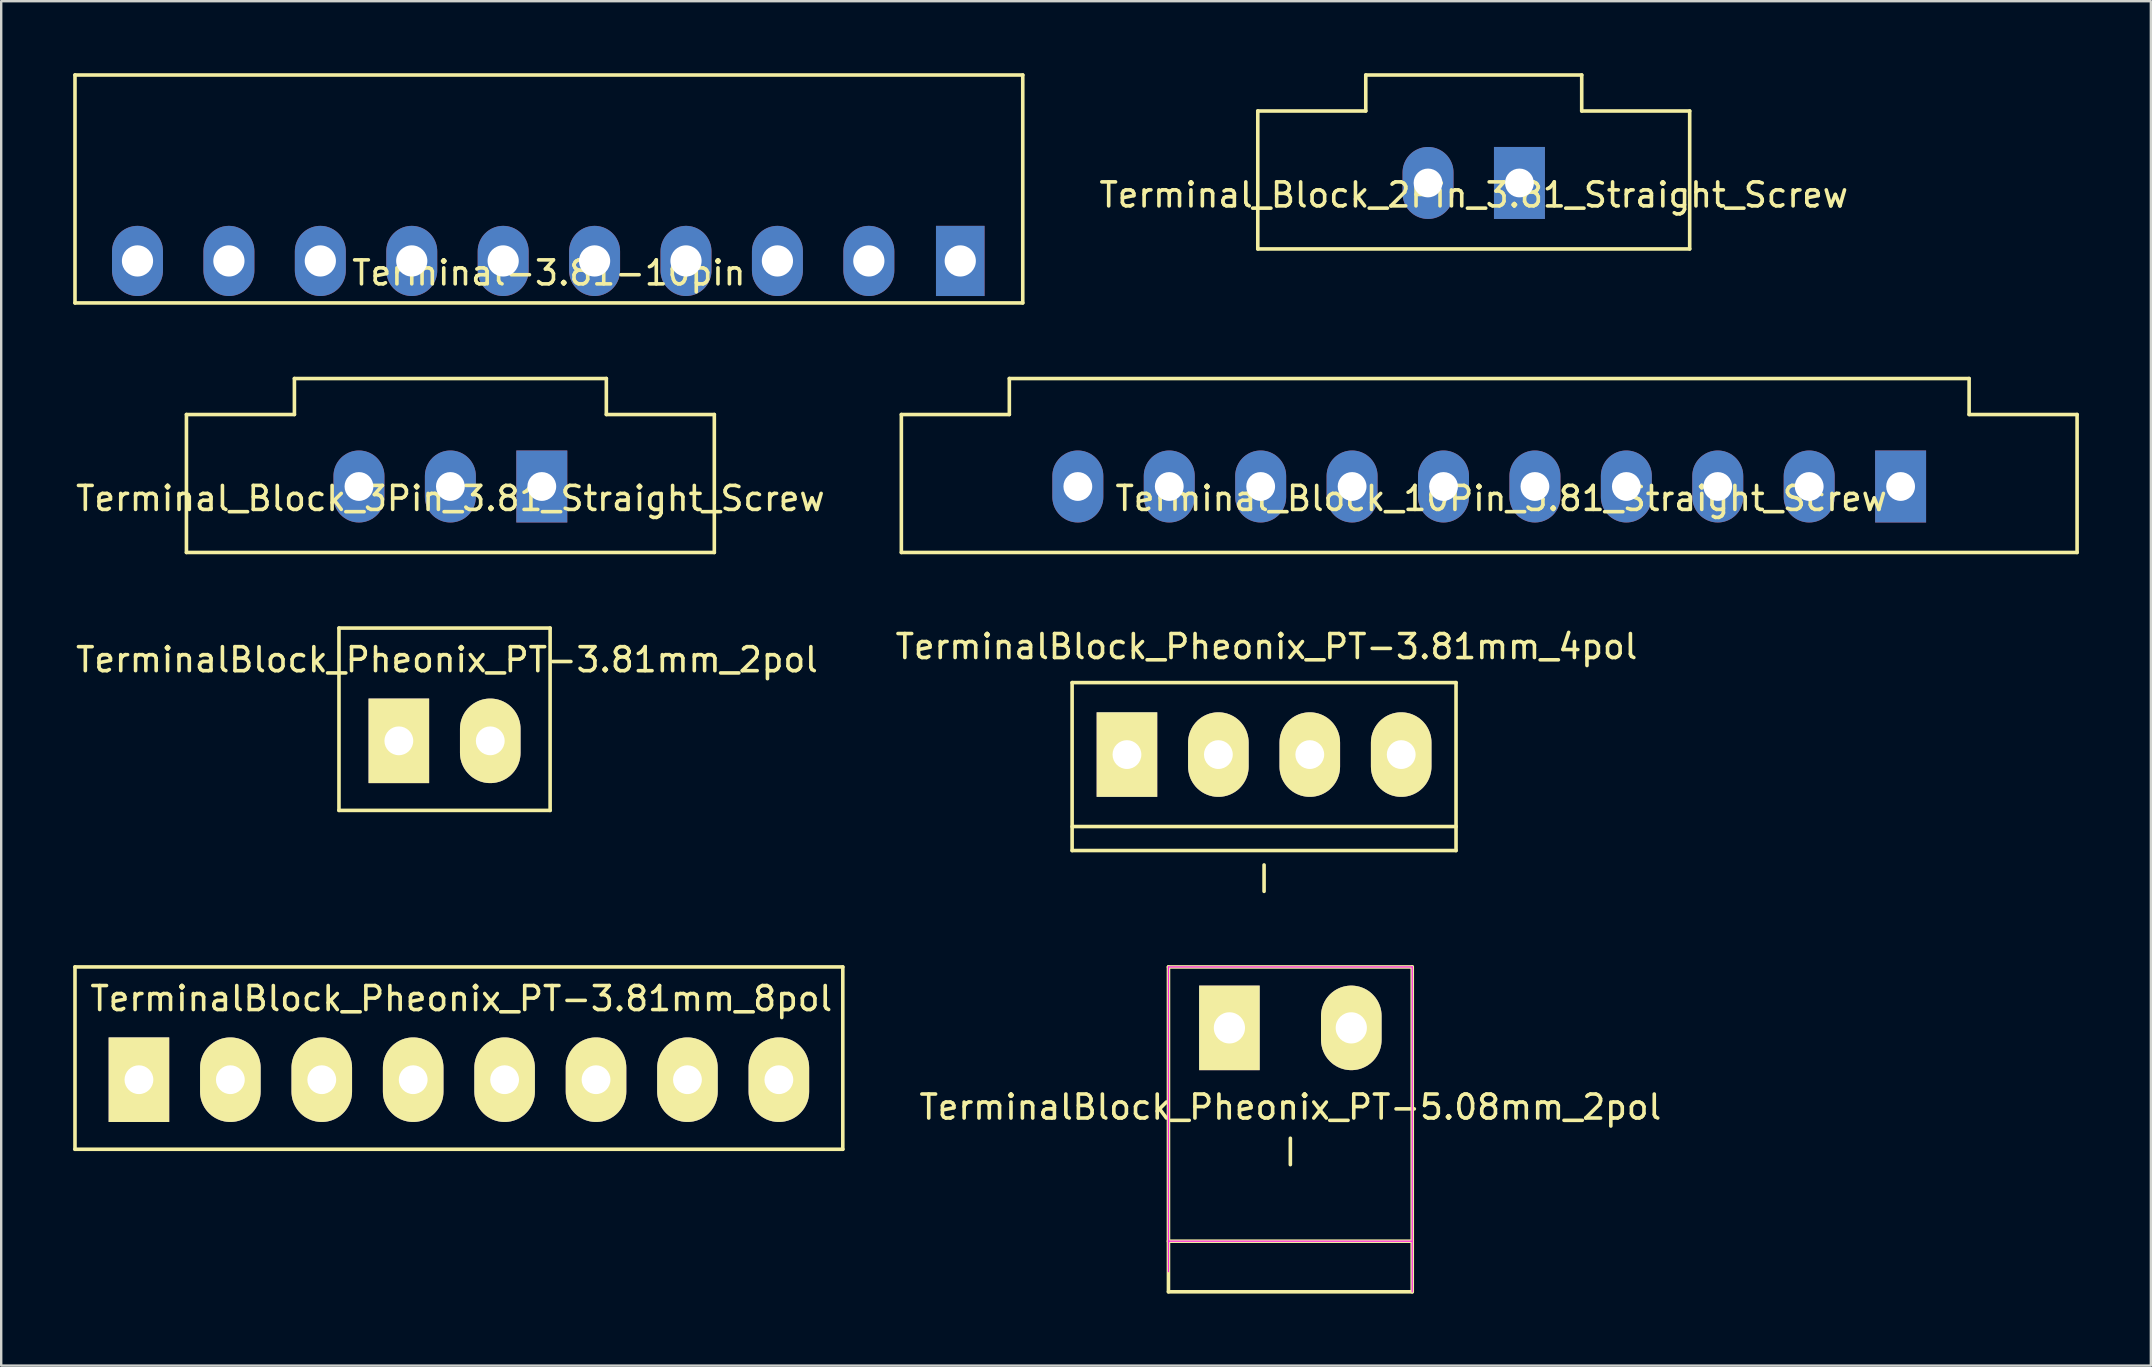
<source format=kicad_pcb>
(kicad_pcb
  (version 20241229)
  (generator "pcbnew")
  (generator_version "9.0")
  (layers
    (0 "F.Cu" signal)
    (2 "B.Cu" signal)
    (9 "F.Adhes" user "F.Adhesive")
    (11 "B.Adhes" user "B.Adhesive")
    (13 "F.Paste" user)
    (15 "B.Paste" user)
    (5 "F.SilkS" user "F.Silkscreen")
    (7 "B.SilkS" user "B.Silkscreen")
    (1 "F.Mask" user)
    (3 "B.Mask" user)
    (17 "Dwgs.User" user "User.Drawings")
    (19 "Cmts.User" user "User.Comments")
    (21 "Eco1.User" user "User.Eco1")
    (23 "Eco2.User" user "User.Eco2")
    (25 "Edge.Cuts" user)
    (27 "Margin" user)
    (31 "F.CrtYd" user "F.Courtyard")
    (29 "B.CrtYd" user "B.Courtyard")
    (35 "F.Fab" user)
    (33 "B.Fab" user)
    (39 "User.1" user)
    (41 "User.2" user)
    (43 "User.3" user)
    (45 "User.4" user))
  (footprint "TerminalBlock_Pheonix_PT-3.81mm_4pol"
    (layer "F.Cu")
    (at 49.632 28.398)
    (property "Reference" "TerminalBlock_Pheonix_PT-3.81mm_4pol" (at 0.1 -4.5 0) (layer "F.SilkS") (effects (font (size 1 1) (thickness 0.15))))
    (attr through_hole)
    (fp_line (start -8 -3) (end -8 4) (stroke (width 0.15) (type solid)) (layer "F.SilkS"))
    (fp_line (start -8 3) (end 8 3) (stroke (width 0.15) (type solid)) (layer "F.SilkS"))
    (fp_line (start -8 4) (end 8 4) (stroke (width 0.15) (type solid)) (layer "F.SilkS"))
    (fp_line (start 0 4.6) (end 0 5.7) (stroke (width 0.15) (type solid)) (layer "F.SilkS"))
    (fp_line (start 8 -3) (end -8 -3) (stroke (width 0.15) (type solid)) (layer "F.SilkS"))
    (fp_line (start 8 4) (end 8 -3) (stroke (width 0.15) (type solid)) (layer "F.SilkS"))
    (pad "1" thru_hole rect (at -5.715 0) (size 2.524 3.524) (drill 1.2) (layers "*.Cu" "*.Mask" "F.SilkS"))
    (pad "2" thru_hole oval (at -1.905 0) (size 2.524 3.524) (drill 1.2) (layers "*.Cu" "*.Mask" "F.SilkS"))
    (pad "3" thru_hole oval (at 1.905 0) (size 2.524 3.524) (drill 1.2) (layers "*.Cu" "*.Mask" "F.SilkS"))
    (pad "4" thru_hole oval (at 5.715 0) (size 2.524 3.524) (drill 1.2) (layers "*.Cu" "*.Mask" "F.SilkS")))
  (footprint "Terminal-3.81-10pin"
    (layer "F.Cu")
    (at 19.825 7.825)
    (property "Reference" "Terminal-3.81-10pin" (at 0 0.5 0) (layer "F.SilkS") (effects (font (size 1 1) (thickness 0.15))))
    (attr through_hole)
    (fp_line (start -19.75 -7.75) (end 19.75 -7.75) (stroke (width 0.15) (type solid)) (layer "F.SilkS"))
    (fp_line (start -19.75 1.75) (end -19.75 -7.75) (stroke (width 0.15) (type solid)) (layer "F.SilkS"))
    (fp_line (start 19.75 -7.75) (end 19.75 1.75) (stroke (width 0.15) (type solid)) (layer "F.SilkS"))
    (fp_line (start 19.75 1.75) (end -19.75 1.75) (stroke (width 0.15) (type solid)) (layer "F.SilkS"))
    (pad "1" thru_hole rect (at 17.145 0) (size 2.024 2.924) (drill 1.3) (layers "*.Cu" "*.Mask"))
    (pad "2" thru_hole oval (at 13.335 0) (size 2.124 2.924) (drill 1.3) (layers "*.Cu" "*.Mask"))
    (pad "3" thru_hole oval (at 9.525 0) (size 2.124 2.924) (drill 1.3) (layers "*.Cu" "*.Mask"))
    (pad "4" thru_hole oval (at 5.715 0) (size 2.124 2.924) (drill 1.3) (layers "*.Cu" "*.Mask"))
    (pad "5" thru_hole oval (at 1.905 0) (size 2.124 2.924) (drill 1.3) (layers "*.Cu" "*.Mask"))
    (pad "6" thru_hole oval (at -1.905 0) (size 2.124 2.924) (drill 1.3) (layers "*.Cu" "*.Mask"))
    (pad "7" thru_hole oval (at -5.715 0) (size 2.124 2.924) (drill 1.3) (layers "*.Cu" "*.Mask"))
    (pad "8" thru_hole oval (at -9.525 0) (size 2.124 2.924) (drill 1.3) (layers "*.Cu" "*.Mask"))
    (pad "9" thru_hole oval (at -13.335 0) (size 2.124 2.924) (drill 1.3) (layers "*.Cu" "*.Mask"))
    (pad "10" thru_hole oval (at -17.145 0) (size 2.124 2.924) (drill 1.3) (layers "*.Cu" "*.Mask")))
  (footprint "Terminal_Block_10Pin_3.81_Straight_Screw"
    (layer "F.Cu")
    (at 59.015 17.225)
    (property "Reference" "Terminal_Block_10Pin_3.81_Straight_Screw" (at 0.5 0.5 0) (layer "F.SilkS") (effects (font (size 1 1) (thickness 0.15))))
    (attr through_hole)
    (fp_line (start -24.5 -3) (end -24.5 2.75) (stroke (width 0.15) (type solid)) (layer "F.SilkS"))
    (fp_line (start -24.5 2.75) (end 24.5 2.75) (stroke (width 0.15) (type solid)) (layer "F.SilkS"))
    (fp_line (start -20 -4.5) (end -20 -3) (stroke (width 0.15) (type solid)) (layer "F.SilkS"))
    (fp_line (start -20 -3) (end -24.5 -3) (stroke (width 0.15) (type solid)) (layer "F.SilkS"))
    (fp_line (start 20 -4.5) (end -20 -4.5) (stroke (width 0.15) (type solid)) (layer "F.SilkS"))
    (fp_line (start 20 -3) (end 20 -4.5) (stroke (width 0.15) (type solid)) (layer "F.SilkS"))
    (fp_line (start 24.5 -3) (end 20 -3) (stroke (width 0.15) (type solid)) (layer "F.SilkS"))
    (fp_line (start 24.5 2.75) (end 24.5 -3) (stroke (width 0.15) (type solid)) (layer "F.SilkS"))
    (pad "1" thru_hole rect (at 17.145 0) (size 2.124 3) (drill 1.2) (layers "*.Cu" "*.Mask"))
    (pad "2" thru_hole oval (at 13.335 0) (size 2.124 3) (drill 1.2) (layers "*.Cu" "*.Mask"))
    (pad "3" thru_hole oval (at 9.525 0) (size 2.124 3) (drill 1.2) (layers "*.Cu" "*.Mask"))
    (pad "4" thru_hole oval (at 5.715 0) (size 2.124 3) (drill 1.2) (layers "*.Cu" "*.Mask"))
    (pad "5" thru_hole oval (at 1.905 0) (size 2.124 3) (drill 1.2) (layers "*.Cu" "*.Mask"))
    (pad "6" thru_hole oval (at -1.905 0) (size 2.124 3) (drill 1.2) (layers "*.Cu" "*.Mask"))
    (pad "7" thru_hole oval (at -5.715 0) (size 2.124 3) (drill 1.2) (layers "*.Cu" "*.Mask"))
    (pad "8" thru_hole oval (at -9.525 0) (size 2.124 3) (drill 1.2) (layers "*.Cu" "*.Mask"))
    (pad "9" thru_hole oval (at -13.335 0) (size 2.124 3) (drill 1.2) (layers "*.Cu" "*.Mask"))
    (pad "10" thru_hole oval (at -17.145 0) (size 2.124 3) (drill 1.2) (layers "*.Cu" "*.Mask")))
  (footprint "TerminalBlock_Pheonix_PT-5.08mm_2pol"
    (layer "F.Cu")
    (at 50.727 39.788)
    (property "Reference" "TerminalBlock_Pheonix_PT-5.08mm_2pol" (at 0 3.302 0) (layer "F.SilkS") (effects (font (size 1 1) (thickness 0.15))))
    (attr through_hole)
    (fp_line (start -5.08 -2.54) (end -5.08 11) (stroke (width 0.15) (type solid)) (layer "F.SilkS"))
    (fp_line (start -5.08 8.89) (end 5.08 8.89) (stroke (width 0.15) (type solid)) (layer "F.SilkS"))
    (fp_line (start -5.08 11) (end 5.08 11) (stroke (width 0.15) (type solid)) (layer "F.SilkS"))
    (fp_line (start 0 4.6) (end 0 5.7) (stroke (width 0.15) (type solid)) (layer "F.SilkS"))
    (fp_line (start 5.08 -2.54) (end -5.08 -2.54) (stroke (width 0.15) (type solid)) (layer "F.SilkS"))
    (fp_line (start 5.08 11) (end 5.08 -2.54) (stroke (width 0.15) (type solid)) (layer "F.SilkS"))
    (fp_line (start -5.08 -2.54) (end 5.08 -2.54) (stroke (width 0.05) (type solid)) (layer "F.CrtYd"))
    (fp_line (start -5.08 10.16) (end -5.08 -2.54) (stroke (width 0.05) (type solid)) (layer "F.CrtYd"))
    (fp_line (start 5.08 -2.54) (end 5.08 11) (stroke (width 0.05) (type solid)) (layer "F.CrtYd"))
    (fp_line (start 5.08 8.89) (end -5.08 8.89) (stroke (width 0.05) (type solid)) (layer "F.CrtYd"))
    (pad "1" thru_hole rect (at -2.54 0) (size 2.524 3.524) (drill 1.3) (layers "*.Cu" "*.Mask" "F.SilkS"))
    (pad "2" thru_hole oval (at 2.54 0) (size 2.524 3.524) (drill 1.3) (layers "*.Cu" "*.Mask" "F.SilkS")))
  (footprint "Terminal_Block_3Pin_3.81_Straight_Screw"
    (layer "F.Cu")
    (at 15.72 17.225)
    (property "Reference" "Terminal_Block_3Pin_3.81_Straight_Screw" (at 0 0.5 0) (layer "F.SilkS") (effects (font (size 1 1) (thickness 0.15))))
    (attr through_hole)
    (fp_line (start -11 -3) (end -11 2.75) (stroke (width 0.15) (type solid)) (layer "F.SilkS"))
    (fp_line (start -11 2.75) (end 11 2.75) (stroke (width 0.15) (type solid)) (layer "F.SilkS"))
    (fp_line (start -6.5 -4.5) (end -6.5 -3) (stroke (width 0.15) (type solid)) (layer "F.SilkS"))
    (fp_line (start -6.5 -3) (end -11 -3) (stroke (width 0.15) (type solid)) (layer "F.SilkS"))
    (fp_line (start 6.5 -4.5) (end -6.5 -4.5) (stroke (width 0.15) (type solid)) (layer "F.SilkS"))
    (fp_line (start 6.5 -3) (end 6.5 -4.5) (stroke (width 0.15) (type solid)) (layer "F.SilkS"))
    (fp_line (start 11 -3) (end 6.5 -3) (stroke (width 0.15) (type solid)) (layer "F.SilkS"))
    (fp_line (start 11 2.75) (end 11 -3) (stroke (width 0.15) (type solid)) (layer "F.SilkS"))
    (pad "1" thru_hole rect (at 3.81 0) (size 2.124 3) (drill 1.2) (layers "*.Cu" "*.Mask"))
    (pad "2" thru_hole oval (at 0 0) (size 2.124 3) (drill 1.2) (layers "*.Cu" "*.Mask"))
    (pad "3" thru_hole oval (at -3.81 0) (size 2.124 3) (drill 1.2) (layers "*.Cu" "*.Mask")))
  (footprint "Terminal_Block_2Pin_3.81_Straight_Screw"
    (layer "F.Cu")
    (at 58.37 4.575)
    (property "Reference" "Terminal_Block_2Pin_3.81_Straight_Screw" (at 0 0.5 0) (layer "F.SilkS") (effects (font (size 1 1) (thickness 0.15))))
    (attr through_hole)
    (fp_line (start -9 -3) (end -9 2.75) (stroke (width 0.15) (type solid)) (layer "F.SilkS"))
    (fp_line (start -9 2.75) (end 9 2.75) (stroke (width 0.15) (type solid)) (layer "F.SilkS"))
    (fp_line (start -4.5 -4.5) (end -4.5 -3) (stroke (width 0.15) (type solid)) (layer "F.SilkS"))
    (fp_line (start -4.5 -3) (end -9 -3) (stroke (width 0.15) (type solid)) (layer "F.SilkS"))
    (fp_line (start 4.5 -4.5) (end -4.5 -4.5) (stroke (width 0.15) (type solid)) (layer "F.SilkS"))
    (fp_line (start 4.5 -3) (end 4.5 -4.5) (stroke (width 0.15) (type solid)) (layer "F.SilkS"))
    (fp_line (start 9 -3) (end 4.5 -3) (stroke (width 0.15) (type solid)) (layer "F.SilkS"))
    (fp_line (start 9 2.75) (end 9 -3) (stroke (width 0.15) (type solid)) (layer "F.SilkS"))
    (pad "1" thru_hole rect (at 1.905 0) (size 2.124 3) (drill 1.2) (layers "*.Cu" "*.Mask"))
    (pad "2" thru_hole oval (at -1.905 0) (size 2.124 3) (drill 1.2) (layers "*.Cu" "*.Mask")))
  (footprint "TerminalBlock_Pheonix_PT-3.81mm_2pol"
    (layer "F.Cu")
    (at 15.477 27.825)
    (property "Reference" "TerminalBlock_Pheonix_PT-3.81mm_2pol" (at 0.1 -3.38 0) (layer "F.SilkS") (effects (font (size 1 1) (thickness 0.15))))
    (attr through_hole)
    (fp_line (start -4.4 -4.7) (end -4.4 2.9) (stroke (width 0.15) (type solid)) (layer "F.SilkS"))
    (fp_line (start -4.4 2.9) (end 4.4 2.9) (stroke (width 0.15) (type solid)) (layer "F.SilkS"))
    (fp_line (start 4.4 -4.7) (end -4.4 -4.7) (stroke (width 0.15) (type solid)) (layer "F.SilkS"))
    (fp_line (start 4.4 2.9) (end 4.4 -4.7) (stroke (width 0.15) (type solid)) (layer "F.SilkS"))
    (pad "1" thru_hole rect (at -1.905 0) (size 2.524 3.524) (drill 1.2) (layers "*.Cu" "*.Mask" "F.SilkS"))
    (pad "2" thru_hole oval (at 1.905 0) (size 2.524 3.524) (drill 1.2) (layers "*.Cu" "*.Mask" "F.SilkS")))
  (footprint "TerminalBlock_Pheonix_PT-3.81mm_8pol"
    (layer "F.Cu")
    (at 16.075 41.948)
    (property "Reference" "TerminalBlock_Pheonix_PT-3.81mm_8pol" (at 0.1 -3.38 0) (layer "F.SilkS") (effects (font (size 1 1) (thickness 0.15))))
    (attr through_hole)
    (fp_line (start -16 -4.7) (end -16 2.9) (stroke (width 0.15) (type solid)) (layer "F.SilkS"))
    (fp_line (start -16 2.9) (end 16 2.9) (stroke (width 0.15) (type solid)) (layer "F.SilkS"))
    (fp_line (start 16 -4.7) (end -16 -4.7) (stroke (width 0.15) (type solid)) (layer "F.SilkS"))
    (fp_line (start 16 2.9) (end 16 -4.7) (stroke (width 0.15) (type solid)) (layer "F.SilkS"))
    (pad "1" thru_hole rect (at -13.335 0) (size 2.524 3.524) (drill 1.2) (layers "*.Cu" "*.Mask" "F.SilkS"))
    (pad "2" thru_hole oval (at -9.525 0) (size 2.524 3.524) (drill 1.2) (layers "*.Cu" "*.Mask" "F.SilkS"))
    (pad "3" thru_hole oval (at -5.715 0) (size 2.524 3.524) (drill 1.2) (layers "*.Cu" "*.Mask" "F.SilkS"))
    (pad "4" thru_hole oval (at -1.905 0) (size 2.524 3.524) (drill 1.2) (layers "*.Cu" "*.Mask" "F.SilkS"))
    (pad "5" thru_hole oval (at 1.905 0) (size 2.524 3.524) (drill 1.2) (layers "*.Cu" "*.Mask" "F.SilkS"))
    (pad "6" thru_hole oval (at 5.715 0) (size 2.524 3.524) (drill 1.2) (layers "*.Cu" "*.Mask" "F.SilkS"))
    (pad "7" thru_hole oval (at 9.525 0) (size 2.524 3.524) (drill 1.2) (layers "*.Cu" "*.Mask" "F.SilkS"))
    (pad "8" thru_hole oval (at 13.335 0) (size 2.524 3.524) (drill 1.2) (layers "*.Cu" "*.Mask" "F.SilkS")))
  (gr_rect
    (start -3 -3)
    (end 86.59 53.863)
    (stroke (width 0.1) (type default))
    (fill no)
    (layer "Edge.Cuts")))
</source>
